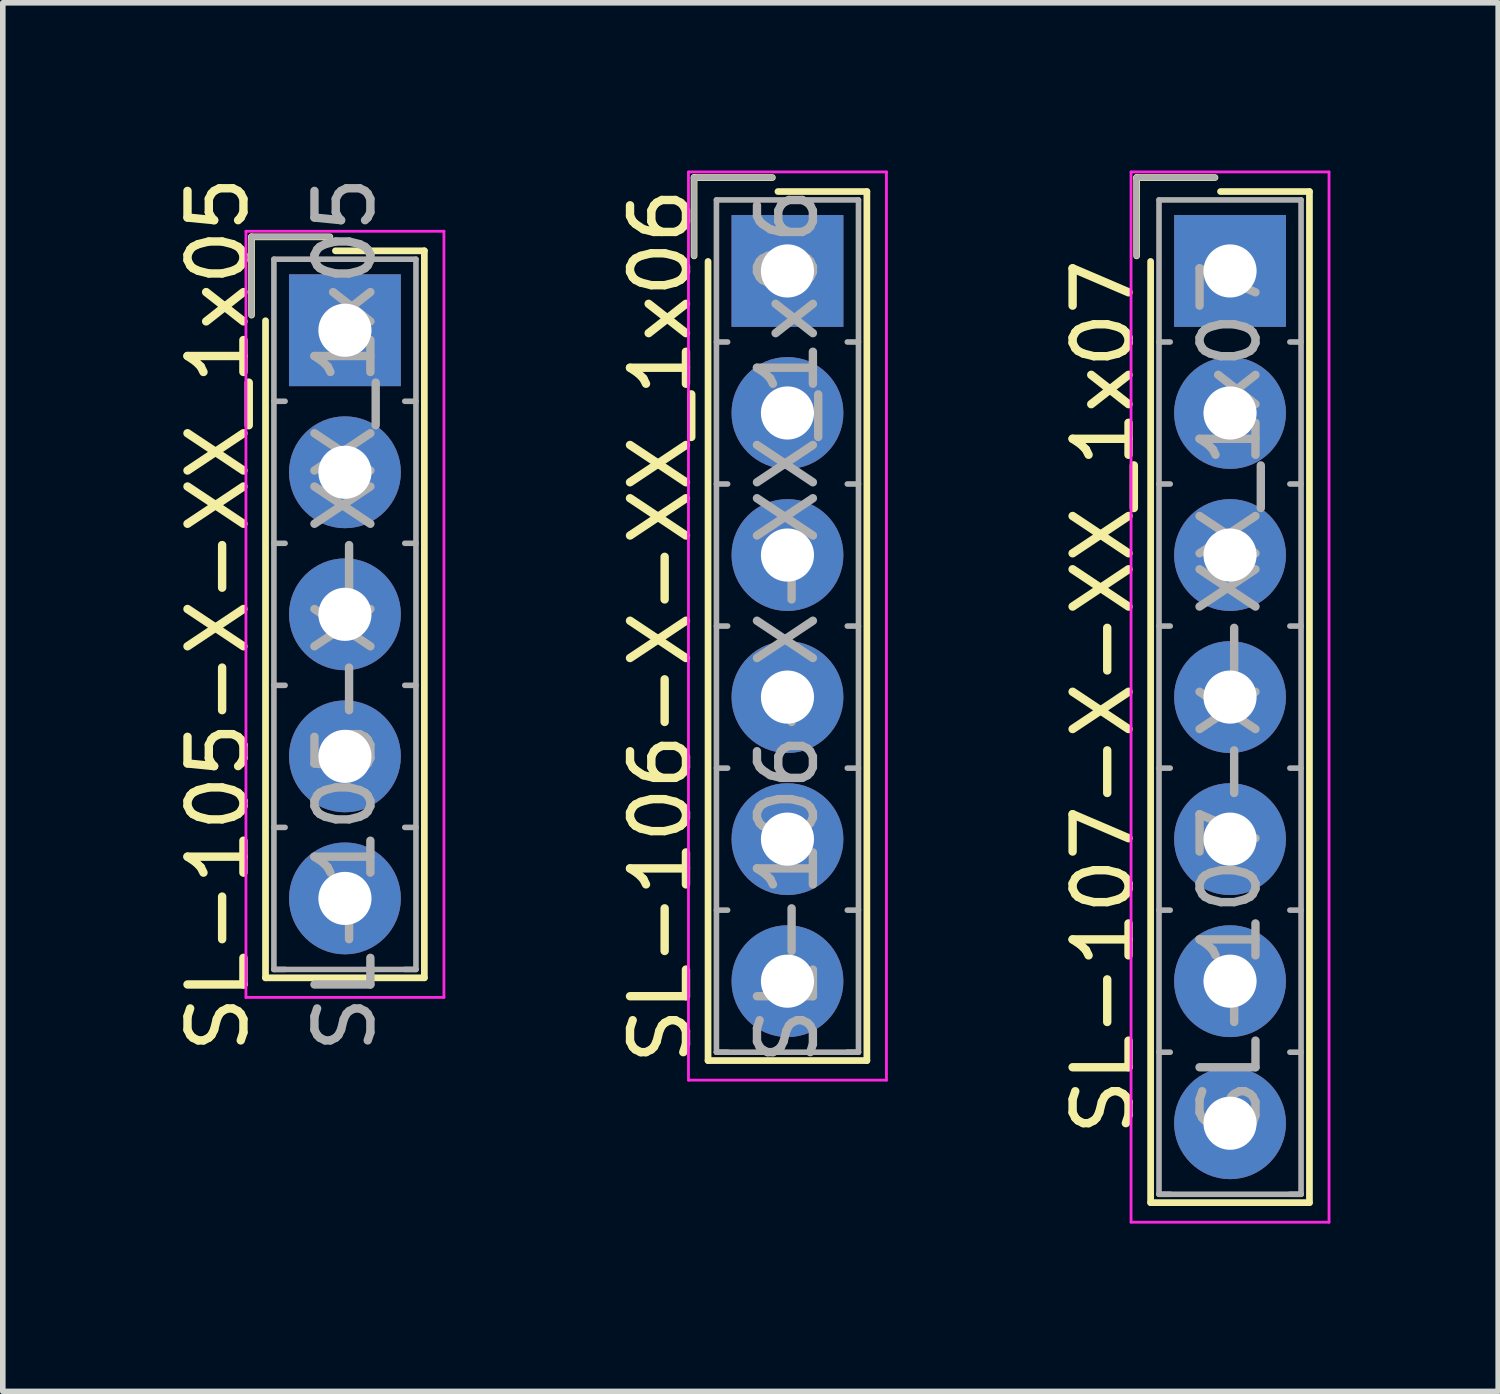
<source format=kicad_pcb>
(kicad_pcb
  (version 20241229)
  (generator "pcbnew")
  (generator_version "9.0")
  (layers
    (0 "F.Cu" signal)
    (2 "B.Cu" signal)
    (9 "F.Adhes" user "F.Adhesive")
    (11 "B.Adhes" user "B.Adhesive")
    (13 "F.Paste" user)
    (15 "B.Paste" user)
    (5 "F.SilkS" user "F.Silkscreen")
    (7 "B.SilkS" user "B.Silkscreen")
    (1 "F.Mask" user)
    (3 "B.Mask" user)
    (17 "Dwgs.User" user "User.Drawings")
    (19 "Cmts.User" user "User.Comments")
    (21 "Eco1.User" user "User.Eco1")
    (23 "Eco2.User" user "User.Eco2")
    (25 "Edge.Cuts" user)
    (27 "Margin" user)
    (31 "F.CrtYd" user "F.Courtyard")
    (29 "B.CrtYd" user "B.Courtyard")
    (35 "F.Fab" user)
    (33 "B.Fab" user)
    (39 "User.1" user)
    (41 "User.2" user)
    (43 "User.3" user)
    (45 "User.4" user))
  (footprint "SL-107-X-XX_1x07"
    (layer "F.Cu")
    (at 18.945 1.795)
    (property "Reference" "SL-107-X-XX_1x07" (at -2.27 7.62 90) (layer "F.SilkS") (effects (font (size 1 1) (thickness 0.15))))
    (attr through_hole)
    (fp_line (start -1.67 -1.67) (end -1.67 -0.27) (stroke (width 0.12) (type solid)) (layer "F.SilkS"))
    (fp_line (start -1.42 16.66) (end -1.42 -0.17) (stroke (width 0.12) (type solid)) (layer "F.SilkS"))
    (fp_line (start -0.27 -1.67) (end -1.67 -1.67) (stroke (width 0.12) (type solid)) (layer "F.SilkS"))
    (fp_line (start -0.17 -1.42) (end 1.42 -1.42) (stroke (width 0.12) (type solid)) (layer "F.SilkS"))
    (fp_line (start 1.42 -1.42) (end 1.42 16.66) (stroke (width 0.12) (type solid)) (layer "F.SilkS"))
    (fp_line (start 1.42 16.66) (end -1.42 16.66) (stroke (width 0.12) (type solid)) (layer "F.SilkS"))
    (fp_line (start -1.77 -1.77) (end -1.77 17.01) (stroke (width 0.05) (type solid)) (layer "F.CrtYd"))
    (fp_line (start -1.77 17.01) (end 1.77 17.01) (stroke (width 0.05) (type solid)) (layer "F.CrtYd"))
    (fp_line (start 1.77 -1.77) (end -1.77 -1.77) (stroke (width 0.05) (type solid)) (layer "F.CrtYd"))
    (fp_line (start 1.77 17.01) (end 1.77 -1.77) (stroke (width 0.05) (type solid)) (layer "F.CrtYd"))
    (fp_line (start -1.67 -1.67) (end -1.67 -0.27) (stroke (width 0.1) (type solid)) (layer "F.Fab"))
    (fp_line (start -1.27 -1.27) (end -1.27 16.51) (stroke (width 0.1) (type solid)) (layer "F.Fab"))
    (fp_line (start -1.27 1.27) (end -1.07 1.27) (stroke (width 0.1) (type solid)) (layer "F.Fab"))
    (fp_line (start -1.27 3.81) (end -1.07 3.81) (stroke (width 0.1) (type solid)) (layer "F.Fab"))
    (fp_line (start -1.27 6.35) (end -1.07 6.35) (stroke (width 0.1) (type solid)) (layer "F.Fab"))
    (fp_line (start -1.27 8.89) (end -1.07 8.89) (stroke (width 0.1) (type solid)) (layer "F.Fab"))
    (fp_line (start -1.27 11.43) (end -1.07 11.43) (stroke (width 0.1) (type solid)) (layer "F.Fab"))
    (fp_line (start -1.27 13.97) (end -1.07 13.97) (stroke (width 0.1) (type solid)) (layer "F.Fab"))
    (fp_line (start -1.27 16.51) (end -1.07 16.51) (stroke (width 0.1) (type solid)) (layer "F.Fab"))
    (fp_line (start -1.27 16.51) (end 1.27 16.51) (stroke (width 0.1) (type solid)) (layer "F.Fab"))
    (fp_line (start -0.27 -1.67) (end -1.67 -1.67) (stroke (width 0.1) (type solid)) (layer "F.Fab"))
    (fp_line (start 1.27 -1.27) (end -1.27 -1.27) (stroke (width 0.1) (type solid)) (layer "F.Fab"))
    (fp_line (start 1.27 1.27) (end 1.07 1.27) (stroke (width 0.1) (type solid)) (layer "F.Fab"))
    (fp_line (start 1.27 3.81) (end 1.07 3.81) (stroke (width 0.1) (type solid)) (layer "F.Fab"))
    (fp_line (start 1.27 6.35) (end 1.07 6.35) (stroke (width 0.1) (type solid)) (layer "F.Fab"))
    (fp_line (start 1.27 8.89) (end 1.07 8.89) (stroke (width 0.1) (type solid)) (layer "F.Fab"))
    (fp_line (start 1.27 11.43) (end 1.07 11.43) (stroke (width 0.1) (type solid)) (layer "F.Fab"))
    (fp_line (start 1.27 13.97) (end 1.07 13.97) (stroke (width 0.1) (type solid)) (layer "F.Fab"))
    (fp_line (start 1.27 16.51) (end 1.07 16.51) (stroke (width 0.1) (type solid)) (layer "F.Fab"))
    (fp_line (start 1.27 16.51) (end 1.27 -1.27) (stroke (width 0.1) (type solid)) (layer "F.Fab"))
    (fp_text user "${REFERENCE}" (at 0 7.62 90) (layer "F.Fab") (effects (font (size 1 1) (thickness 0.15))))
    (pad "1" thru_hole rect (at 0 0) (size 2 2) (drill 0.95) (layers "*.Cu" "*.Mask"))
    (pad "2" thru_hole circle (at 0 2.54) (size 2 2) (drill 0.95) (layers "*.Cu" "*.Mask"))
    (pad "3" thru_hole circle (at 0 5.08) (size 2 2) (drill 0.95) (layers "*.Cu" "*.Mask"))
    (pad "4" thru_hole circle (at 0 7.62) (size 2 2) (drill 0.95) (layers "*.Cu" "*.Mask"))
    (pad "5" thru_hole circle (at 0 10.16) (size 2 2) (drill 0.95) (layers "*.Cu" "*.Mask"))
    (pad "6" thru_hole circle (at 0 12.7) (size 2 2) (drill 0.95) (layers "*.Cu" "*.Mask"))
    (pad "7" thru_hole circle (at 0 15.24) (size 2 2) (drill 0.95) (layers "*.Cu" "*.Mask")))
  (footprint "SL-105-X-XX_1x05"
    (layer "F.Cu")
    (at 3.118 2.855)
    (property "Reference" "SL-105-X-XX_1x05" (at -2.27 5.08 90) (layer "F.SilkS") (effects (font (size 1 1) (thickness 0.15))))
    (attr through_hole)
    (fp_line (start -1.67 -1.67) (end -1.67 -0.27) (stroke (width 0.12) (type solid)) (layer "F.SilkS"))
    (fp_line (start -1.42 11.58) (end -1.42 -0.17) (stroke (width 0.12) (type solid)) (layer "F.SilkS"))
    (fp_line (start -0.27 -1.67) (end -1.67 -1.67) (stroke (width 0.12) (type solid)) (layer "F.SilkS"))
    (fp_line (start -0.17 -1.42) (end 1.42 -1.42) (stroke (width 0.12) (type solid)) (layer "F.SilkS"))
    (fp_line (start 1.42 -1.42) (end 1.42 11.58) (stroke (width 0.12) (type solid)) (layer "F.SilkS"))
    (fp_line (start 1.42 11.58) (end -1.42 11.58) (stroke (width 0.12) (type solid)) (layer "F.SilkS"))
    (fp_line (start -1.77 -1.77) (end -1.77 11.93) (stroke (width 0.05) (type solid)) (layer "F.CrtYd"))
    (fp_line (start -1.77 11.93) (end 1.77 11.93) (stroke (width 0.05) (type solid)) (layer "F.CrtYd"))
    (fp_line (start 1.77 -1.77) (end -1.77 -1.77) (stroke (width 0.05) (type solid)) (layer "F.CrtYd"))
    (fp_line (start 1.77 11.93) (end 1.77 -1.77) (stroke (width 0.05) (type solid)) (layer "F.CrtYd"))
    (fp_line (start -1.67 -1.67) (end -1.67 -0.27) (stroke (width 0.1) (type solid)) (layer "F.Fab"))
    (fp_line (start -1.27 -1.27) (end -1.27 11.43) (stroke (width 0.1) (type solid)) (layer "F.Fab"))
    (fp_line (start -1.27 1.27) (end -1.07 1.27) (stroke (width 0.1) (type solid)) (layer "F.Fab"))
    (fp_line (start -1.27 3.81) (end -1.07 3.81) (stroke (width 0.1) (type solid)) (layer "F.Fab"))
    (fp_line (start -1.27 6.35) (end -1.07 6.35) (stroke (width 0.1) (type solid)) (layer "F.Fab"))
    (fp_line (start -1.27 8.89) (end -1.07 8.89) (stroke (width 0.1) (type solid)) (layer "F.Fab"))
    (fp_line (start -1.27 11.43) (end -1.07 11.43) (stroke (width 0.1) (type solid)) (layer "F.Fab"))
    (fp_line (start -1.27 11.43) (end 1.27 11.43) (stroke (width 0.1) (type solid)) (layer "F.Fab"))
    (fp_line (start -0.27 -1.67) (end -1.67 -1.67) (stroke (width 0.1) (type solid)) (layer "F.Fab"))
    (fp_line (start 1.27 -1.27) (end -1.27 -1.27) (stroke (width 0.1) (type solid)) (layer "F.Fab"))
    (fp_line (start 1.27 1.27) (end 1.07 1.27) (stroke (width 0.1) (type solid)) (layer "F.Fab"))
    (fp_line (start 1.27 3.81) (end 1.07 3.81) (stroke (width 0.1) (type solid)) (layer "F.Fab"))
    (fp_line (start 1.27 6.35) (end 1.07 6.35) (stroke (width 0.1) (type solid)) (layer "F.Fab"))
    (fp_line (start 1.27 8.89) (end 1.07 8.89) (stroke (width 0.1) (type solid)) (layer "F.Fab"))
    (fp_line (start 1.27 11.43) (end 1.07 11.43) (stroke (width 0.1) (type solid)) (layer "F.Fab"))
    (fp_line (start 1.27 11.43) (end 1.27 -1.27) (stroke (width 0.1) (type solid)) (layer "F.Fab"))
    (fp_text user "${REFERENCE}" (at 0 5.08 90) (layer "F.Fab") (effects (font (size 1 1) (thickness 0.15))))
    (pad "1" thru_hole rect (at 0 0) (size 2 2) (drill 0.95) (layers "*.Cu" "*.Mask"))
    (pad "2" thru_hole circle (at 0 2.54) (size 2 2) (drill 0.95) (layers "*.Cu" "*.Mask"))
    (pad "3" thru_hole circle (at 0 5.08) (size 2 2) (drill 0.95) (layers "*.Cu" "*.Mask"))
    (pad "4" thru_hole circle (at 0 7.62) (size 2 2) (drill 0.95) (layers "*.Cu" "*.Mask"))
    (pad "5" thru_hole circle (at 0 10.16) (size 2 2) (drill 0.95) (layers "*.Cu" "*.Mask")))
  (footprint "SL-106-X-XX_1x06"
    (layer "F.Cu")
    (at 11.031 1.795)
    (property "Reference" "SL-106-X-XX_1x06" (at -2.27 6.35 90) (layer "F.SilkS") (effects (font (size 1 1) (thickness 0.15))))
    (attr through_hole)
    (fp_line (start -1.67 -1.67) (end -1.67 -0.27) (stroke (width 0.12) (type solid)) (layer "F.SilkS"))
    (fp_line (start -1.42 14.12) (end -1.42 -0.17) (stroke (width 0.12) (type solid)) (layer "F.SilkS"))
    (fp_line (start -0.27 -1.67) (end -1.67 -1.67) (stroke (width 0.12) (type solid)) (layer "F.SilkS"))
    (fp_line (start -0.17 -1.42) (end 1.42 -1.42) (stroke (width 0.12) (type solid)) (layer "F.SilkS"))
    (fp_line (start 1.42 -1.42) (end 1.42 14.12) (stroke (width 0.12) (type solid)) (layer "F.SilkS"))
    (fp_line (start 1.42 14.12) (end -1.42 14.12) (stroke (width 0.12) (type solid)) (layer "F.SilkS"))
    (fp_line (start -1.77 -1.77) (end -1.77 14.47) (stroke (width 0.05) (type solid)) (layer "F.CrtYd"))
    (fp_line (start -1.77 14.47) (end 1.77 14.47) (stroke (width 0.05) (type solid)) (layer "F.CrtYd"))
    (fp_line (start 1.77 -1.77) (end -1.77 -1.77) (stroke (width 0.05) (type solid)) (layer "F.CrtYd"))
    (fp_line (start 1.77 14.47) (end 1.77 -1.77) (stroke (width 0.05) (type solid)) (layer "F.CrtYd"))
    (fp_line (start -1.67 -1.67) (end -1.67 -0.27) (stroke (width 0.1) (type solid)) (layer "F.Fab"))
    (fp_line (start -1.27 -1.27) (end -1.27 13.97) (stroke (width 0.1) (type solid)) (layer "F.Fab"))
    (fp_line (start -1.27 1.27) (end -1.07 1.27) (stroke (width 0.1) (type solid)) (layer "F.Fab"))
    (fp_line (start -1.27 3.81) (end -1.07 3.81) (stroke (width 0.1) (type solid)) (layer "F.Fab"))
    (fp_line (start -1.27 6.35) (end -1.07 6.35) (stroke (width 0.1) (type solid)) (layer "F.Fab"))
    (fp_line (start -1.27 8.89) (end -1.07 8.89) (stroke (width 0.1) (type solid)) (layer "F.Fab"))
    (fp_line (start -1.27 11.43) (end -1.07 11.43) (stroke (width 0.1) (type solid)) (layer "F.Fab"))
    (fp_line (start -1.27 13.97) (end -1.07 13.97) (stroke (width 0.1) (type solid)) (layer "F.Fab"))
    (fp_line (start -1.27 13.97) (end 1.27 13.97) (stroke (width 0.1) (type solid)) (layer "F.Fab"))
    (fp_line (start -0.27 -1.67) (end -1.67 -1.67) (stroke (width 0.1) (type solid)) (layer "F.Fab"))
    (fp_line (start 1.27 -1.27) (end -1.27 -1.27) (stroke (width 0.1) (type solid)) (layer "F.Fab"))
    (fp_line (start 1.27 1.27) (end 1.07 1.27) (stroke (width 0.1) (type solid)) (layer "F.Fab"))
    (fp_line (start 1.27 3.81) (end 1.07 3.81) (stroke (width 0.1) (type solid)) (layer "F.Fab"))
    (fp_line (start 1.27 6.35) (end 1.07 6.35) (stroke (width 0.1) (type solid)) (layer "F.Fab"))
    (fp_line (start 1.27 8.89) (end 1.07 8.89) (stroke (width 0.1) (type solid)) (layer "F.Fab"))
    (fp_line (start 1.27 11.43) (end 1.07 11.43) (stroke (width 0.1) (type solid)) (layer "F.Fab"))
    (fp_line (start 1.27 13.97) (end 1.07 13.97) (stroke (width 0.1) (type solid)) (layer "F.Fab"))
    (fp_line (start 1.27 13.97) (end 1.27 -1.27) (stroke (width 0.1) (type solid)) (layer "F.Fab"))
    (fp_text user "${REFERENCE}" (at 0 6.35 90) (layer "F.Fab") (effects (font (size 1 1) (thickness 0.15))))
    (pad "1" thru_hole rect (at 0 0) (size 2 2) (drill 0.95) (layers "*.Cu" "*.Mask"))
    (pad "2" thru_hole circle (at 0 2.54) (size 2 2) (drill 0.95) (layers "*.Cu" "*.Mask"))
    (pad "3" thru_hole circle (at 0 5.08) (size 2 2) (drill 0.95) (layers "*.Cu" "*.Mask"))
    (pad "4" thru_hole circle (at 0 7.62) (size 2 2) (drill 0.95) (layers "*.Cu" "*.Mask"))
    (pad "5" thru_hole circle (at 0 10.16) (size 2 2) (drill 0.95) (layers "*.Cu" "*.Mask"))
    (pad "6" thru_hole circle (at 0 12.7) (size 2 2) (drill 0.95) (layers "*.Cu" "*.Mask")))
  (gr_rect
    (start -3 -3)
    (end 23.74 21.83)
    (stroke (width 0.1) (type default))
    (fill no)
    (layer "Edge.Cuts")))
</source>
